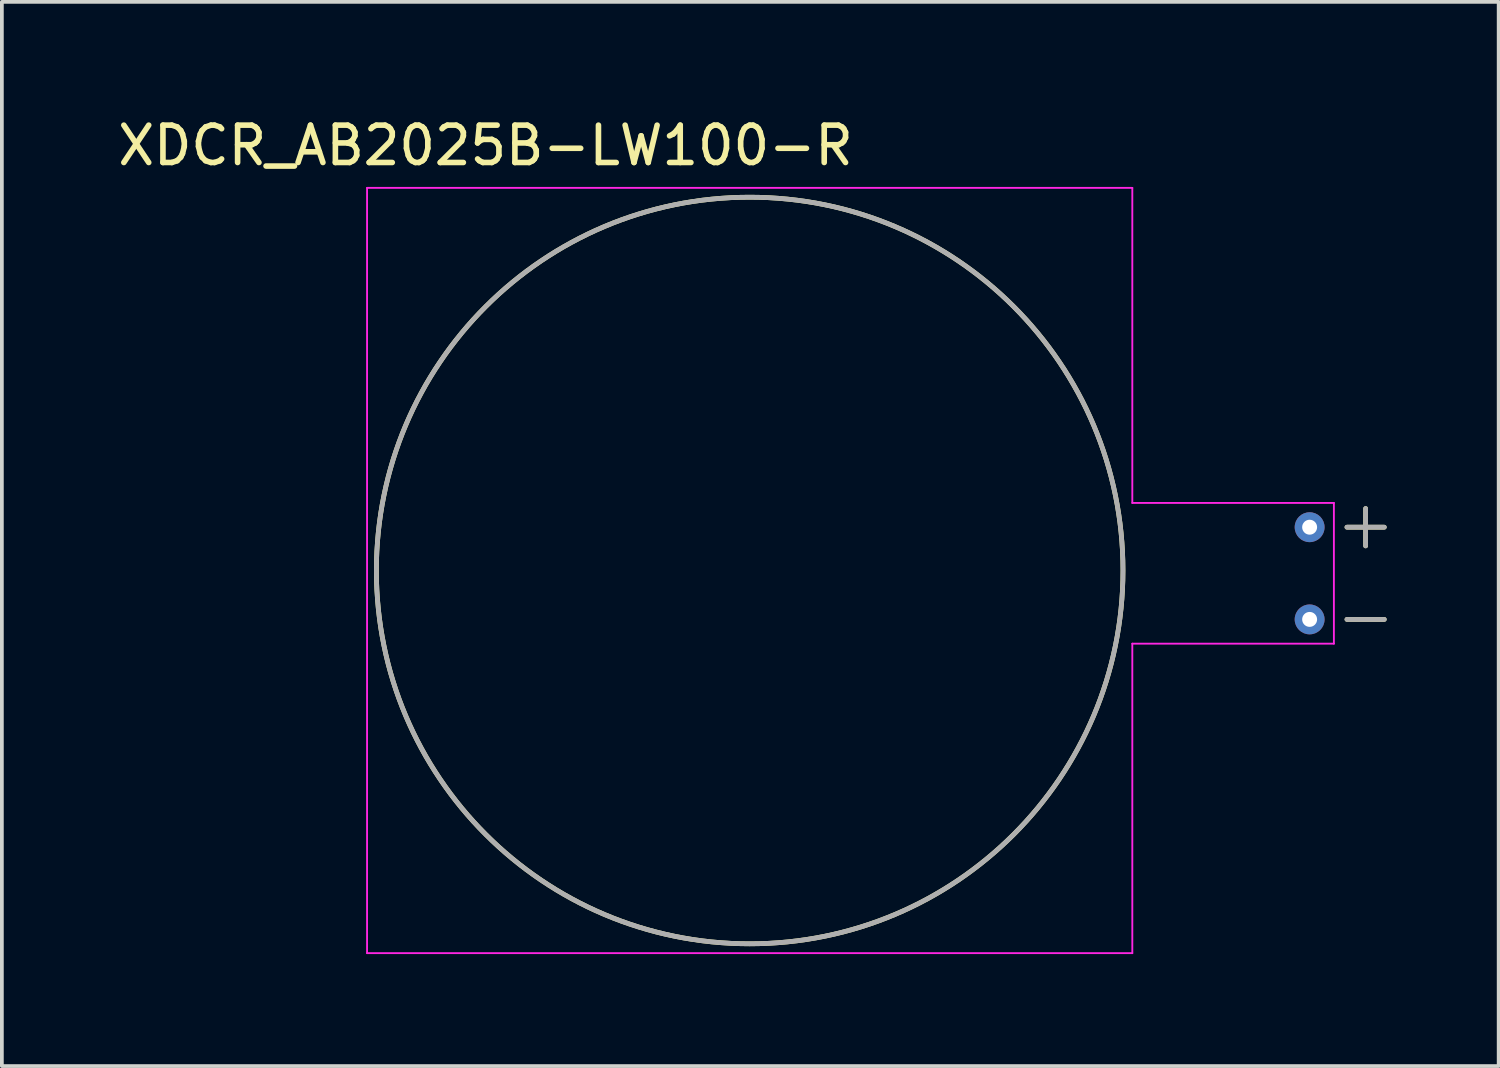
<source format=kicad_pcb>
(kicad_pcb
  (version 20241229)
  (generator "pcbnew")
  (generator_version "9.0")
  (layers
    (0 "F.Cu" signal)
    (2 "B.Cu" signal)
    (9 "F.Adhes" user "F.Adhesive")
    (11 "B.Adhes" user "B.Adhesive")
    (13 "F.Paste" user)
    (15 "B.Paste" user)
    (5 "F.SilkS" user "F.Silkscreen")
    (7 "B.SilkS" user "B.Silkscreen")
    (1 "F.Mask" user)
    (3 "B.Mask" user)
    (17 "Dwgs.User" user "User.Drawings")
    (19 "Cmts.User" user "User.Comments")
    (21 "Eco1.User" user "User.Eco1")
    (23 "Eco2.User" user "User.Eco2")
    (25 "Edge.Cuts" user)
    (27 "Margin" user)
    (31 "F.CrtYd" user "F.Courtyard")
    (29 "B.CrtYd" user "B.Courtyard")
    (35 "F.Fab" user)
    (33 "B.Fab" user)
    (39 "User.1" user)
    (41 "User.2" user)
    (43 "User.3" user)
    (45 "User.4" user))
  (footprint "XDCR_AB2025B-LW100-R"
    (layer "F.Cu")
    (at 17.033 12.233)
    (property "Reference" "XDCR_AB2025B-LW100-R" (at -7.075 -11.385 0) (layer "F.SilkS") (effects (font (size 1 1) (thickness 0.15))))
    (attr through_hole)
    (fp_line (start 16 -1.16) (end 17 -1.16) (stroke (width 0.127) (type solid)) (layer "F.SilkS"))
    (fp_line (start 16 1.31) (end 17 1.31) (stroke (width 0.127) (type solid)) (layer "F.SilkS"))
    (fp_line (start 16.5 -1.66) (end 16.5 -0.66) (stroke (width 0.127) (type solid)) (layer "F.SilkS"))
    (fp_circle (center 0 0) (end 10 0) (stroke (width 0.127) (type solid)) (fill no) (layer "F.SilkS"))
    (fp_line (start -10.25 -10.25) (end 10.25 -10.25) (stroke (width 0.05) (type solid)) (layer "F.CrtYd"))
    (fp_line (start -10.25 10.25) (end -10.25 -10.25) (stroke (width 0.05) (type solid)) (layer "F.CrtYd"))
    (fp_line (start 10.25 -10.25) (end 10.25 -1.81) (stroke (width 0.05) (type solid)) (layer "F.CrtYd"))
    (fp_line (start 10.25 -1.81) (end 15.65 -1.81) (stroke (width 0.05) (type solid)) (layer "F.CrtYd"))
    (fp_line (start 10.25 1.96) (end 10.25 10.25) (stroke (width 0.05) (type solid)) (layer "F.CrtYd"))
    (fp_line (start 10.25 10.25) (end -10.25 10.25) (stroke (width 0.05) (type solid)) (layer "F.CrtYd"))
    (fp_line (start 15.65 -1.81) (end 15.65 1.96) (stroke (width 0.05) (type solid)) (layer "F.CrtYd"))
    (fp_line (start 15.65 1.96) (end 10.25 1.96) (stroke (width 0.05) (type solid)) (layer "F.CrtYd"))
    (fp_line (start 16 -1.16) (end 17 -1.16) (stroke (width 0.127) (type solid)) (layer "F.Fab"))
    (fp_line (start 16 1.31) (end 17 1.31) (stroke (width 0.127) (type solid)) (layer "F.Fab"))
    (fp_line (start 16.5 -1.66) (end 16.5 -0.66) (stroke (width 0.127) (type solid)) (layer "F.Fab"))
    (fp_circle (center 0 0) (end 10 0) (stroke (width 0.127) (type solid)) (fill no) (layer "F.Fab"))
    (pad "N" thru_hole circle (at 15 1.31) (size 0.8 0.8) (drill 0.4) (layers "*.Cu" "*.Mask"))
    (pad "P" thru_hole circle (at 15 -1.16) (size 0.8 0.8) (drill 0.4) (layers "*.Cu" "*.Mask")))
  (gr_rect
    (start -3 -3)
    (end 37.097 25.508)
    (stroke (width 0.1) (type default))
    (fill no)
    (layer "Edge.Cuts")))
</source>
